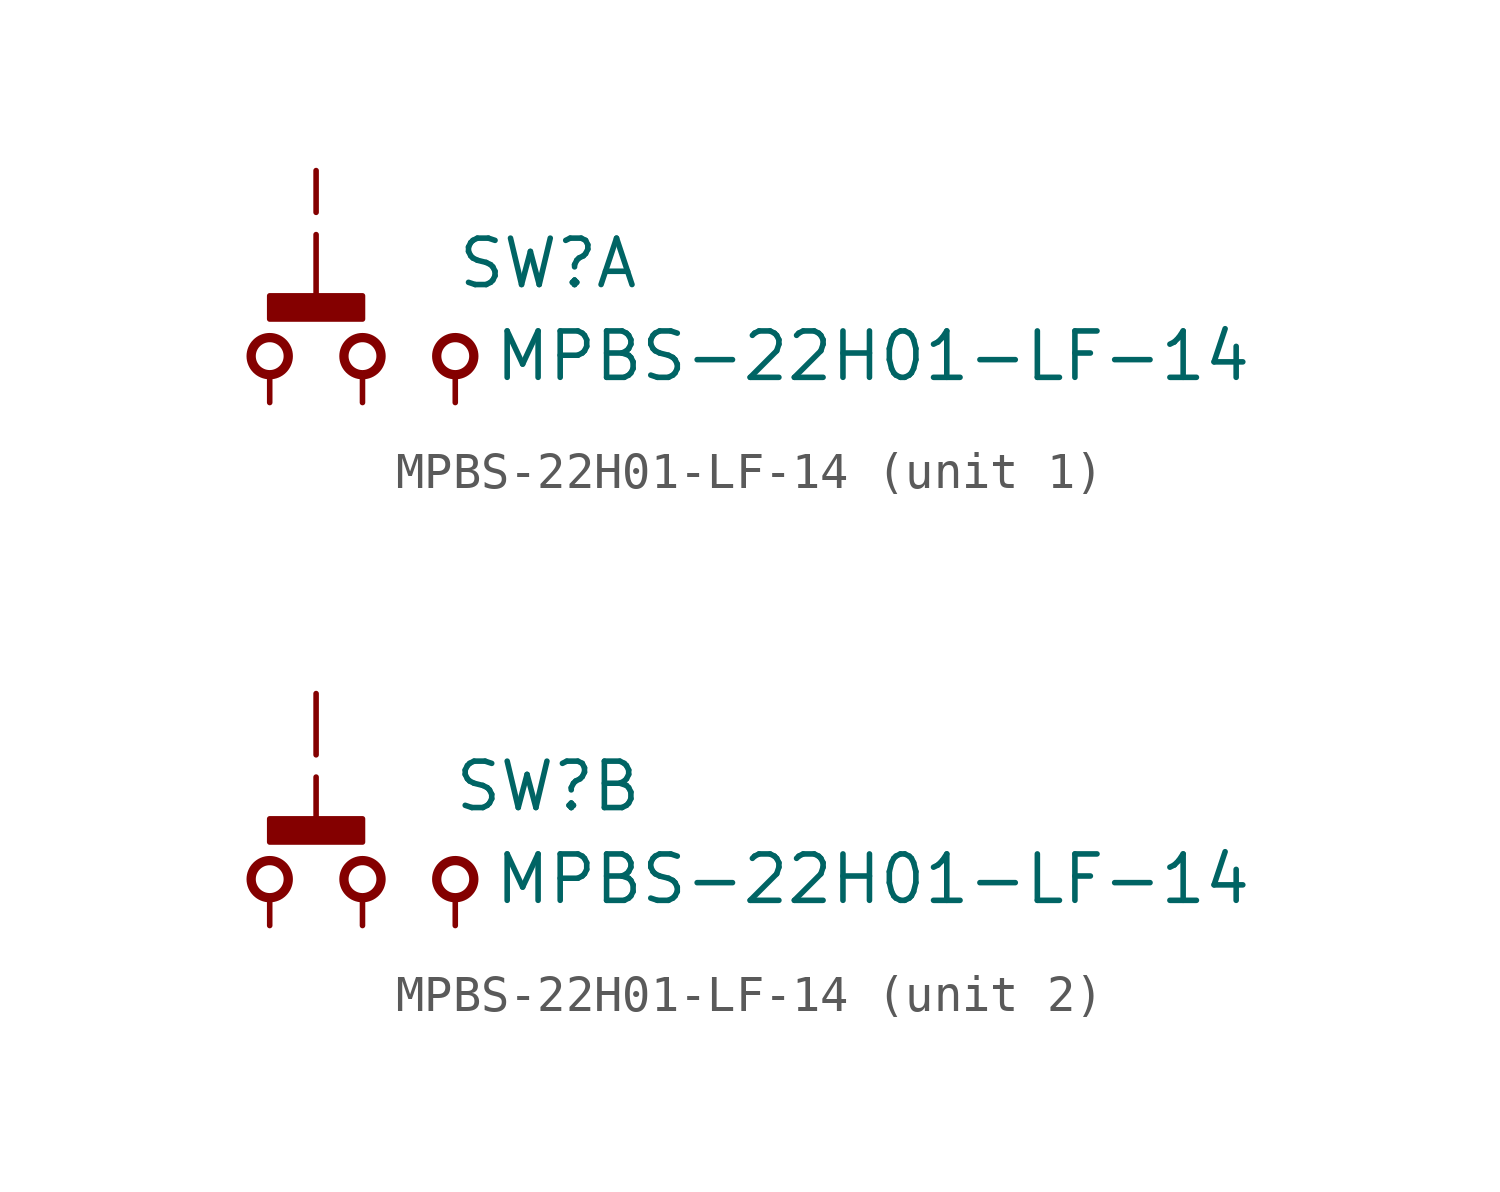
<source format=kicad_sym>
(kicad_symbol_lib
  (version 20220914)
  (generator kicad_symbol_editor)
  (symbol "MPBS-22H01-LF-14"
    (pin_numbers hide)
    (pin_names
      (offset 0) hide)
    (property "Reference" "SW"
      (at 5.08 2.54 0)
      (effects (font (size 1.27 1.27))))
    (property "Value" "MPBS-22H01-LF-14"
      (at 13.97 0 0)
      (effects (font (size 1.27 1.27))))
    (symbol "MPBS-22H01-LF-14_0_1"
      (circle (center -2.54 0) (radius 0.508) (stroke (width 0.254) (type default)) (fill (type none)))
      (rectangle (start -2.54 1.651) (end 0 1.016) (stroke (width 0) (type default)) (fill (type outline)))
      (circle (center 0 0) (radius 0.508) (stroke (width 0.254) (type default)) (fill (type none)))
      (circle (center 2.54 0) (radius 0.508) (stroke (width 0.254) (type default)) (fill (type none))))
    (symbol "MPBS-22H01-LF-14_1_1"
      (polyline (pts (xy -1.27 1.651) (xy -1.27 5.08)) (stroke (width 0) (type dash)) (fill (type none)))
      (pin passive line (at 0 -1.27 90) (length 0.635) (name "COM2" (effects (font (size 1.27 1.27)))) (number "COM1" (effects (font (size 1.27 1.27)))))
      (pin passive line (at -2.54 -1.27 90) (length 0.635) (name "NC2" (effects (font (size 1.27 1.27)))) (number "NC1" (effects (font (size 1.27 1.27)))))
      (pin passive line (at 2.54 -1.27 90) (length 0.635) (name "NO2" (effects (font (size 1.27 1.27)))) (number "NO1" (effects (font (size 1.27 1.27))))))
    (symbol "MPBS-22H01-LF-14_2_1"
      (polyline (pts (xy -1.27 5.08) (xy -1.27 1.651)) (stroke (width 0) (type dash)) (fill (type none)))
      (pin passive line (at 0 -1.27 90) (length 0.635) (name "COM2" (effects (font (size 1.27 1.27)))) (number "COM2" (effects (font (size 1.27 1.27)))))
      (pin passive line (at -2.54 -1.27 90) (length 0.635) (name "NC2" (effects (font (size 1.27 1.27)))) (number "NC2" (effects (font (size 1.27 1.27)))))
      (pin passive line (at 2.54 -1.27 90) (length 0.635) (name "NO2" (effects (font (size 1.27 1.27)))) (number "NO2" (effects (font (size 1.27 1.27))))))))
</source>
